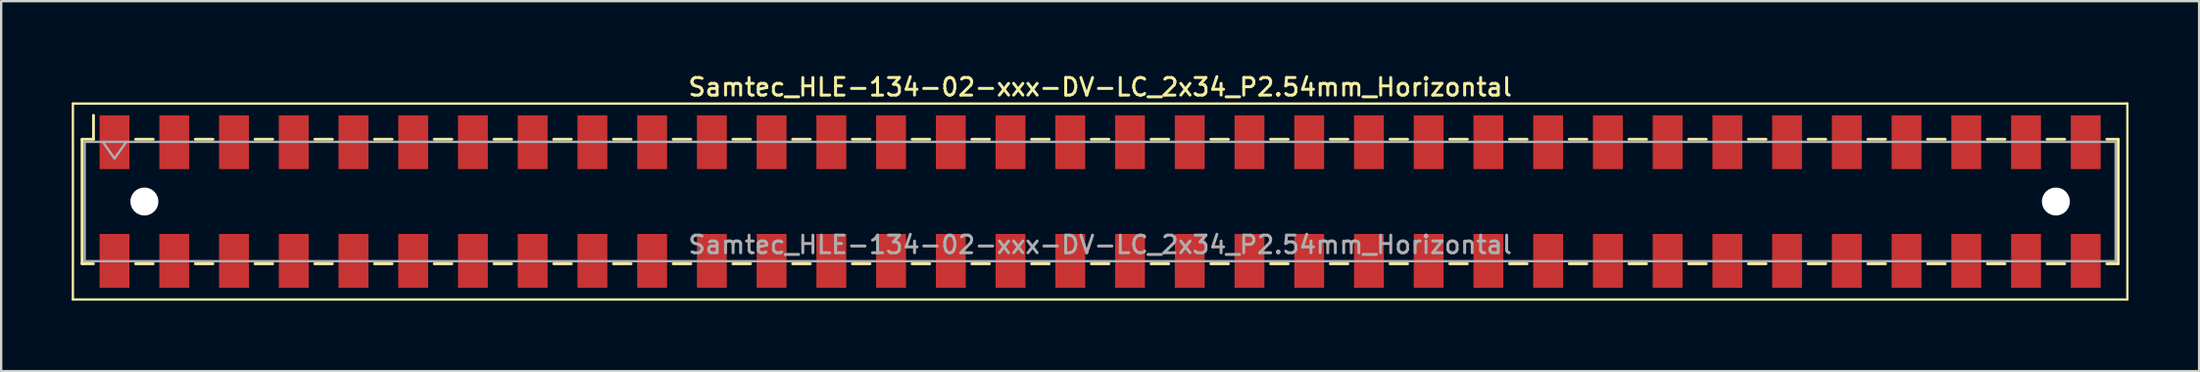
<source format=kicad_pcb>
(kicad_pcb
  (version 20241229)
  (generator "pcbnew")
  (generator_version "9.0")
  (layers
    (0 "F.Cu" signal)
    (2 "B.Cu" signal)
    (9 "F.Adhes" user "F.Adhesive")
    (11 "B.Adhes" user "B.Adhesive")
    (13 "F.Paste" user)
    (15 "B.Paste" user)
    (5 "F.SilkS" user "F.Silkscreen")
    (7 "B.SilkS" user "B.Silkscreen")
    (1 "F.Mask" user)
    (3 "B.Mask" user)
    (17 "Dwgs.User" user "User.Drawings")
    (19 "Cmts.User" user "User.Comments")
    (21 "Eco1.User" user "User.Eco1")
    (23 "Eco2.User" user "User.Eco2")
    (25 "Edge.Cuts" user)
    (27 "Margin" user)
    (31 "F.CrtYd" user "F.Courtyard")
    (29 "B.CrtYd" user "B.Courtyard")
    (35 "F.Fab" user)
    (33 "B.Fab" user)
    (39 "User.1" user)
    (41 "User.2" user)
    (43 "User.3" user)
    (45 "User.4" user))
  (footprint "Samtec_HLE-134-02-xxx-DV-LC_2x34_P2.54mm_Horizontal"
    (layer "F.Cu")
    (at 43.73 5.528)
    (property "Reference" "Samtec_HLE-134-02-xxx-DV-LC_2x34_P2.54mm_Horizontal" (at 0 -4.87 0) (layer "F.SilkS") (effects (font (size 0.75 0.75) (thickness 0.125))))
    (attr smd)
    (fp_line (start -43.68 -4.17) (end 43.68 -4.17) (stroke (width 0.1) (type solid)) (layer "F.SilkS"))
    (fp_line (start -43.68 4.17) (end -43.68 -4.17) (stroke (width 0.1) (type solid)) (layer "F.SilkS"))
    (fp_line (start -43.29 -2.65) (end -43.29 2.65) (stroke (width 0.12) (type solid)) (layer "F.SilkS"))
    (fp_line (start -43.29 2.65) (end -42.805 2.65) (stroke (width 0.12) (type solid)) (layer "F.SilkS"))
    (fp_line (start -42.805 -3.67) (end -42.805 -2.65) (stroke (width 0.12) (type solid)) (layer "F.SilkS"))
    (fp_line (start -42.805 -2.65) (end -43.29 -2.65) (stroke (width 0.12) (type solid)) (layer "F.SilkS"))
    (fp_line (start -41.015 -2.65) (end -40.265 -2.65) (stroke (width 0.12) (type solid)) (layer "F.SilkS"))
    (fp_line (start -41.015 2.65) (end -40.265 2.65) (stroke (width 0.12) (type solid)) (layer "F.SilkS"))
    (fp_line (start -38.475 -2.65) (end -37.725 -2.65) (stroke (width 0.12) (type solid)) (layer "F.SilkS"))
    (fp_line (start -38.475 2.65) (end -37.725 2.65) (stroke (width 0.12) (type solid)) (layer "F.SilkS"))
    (fp_line (start -35.935 -2.65) (end -35.185 -2.65) (stroke (width 0.12) (type solid)) (layer "F.SilkS"))
    (fp_line (start -35.935 2.65) (end -35.185 2.65) (stroke (width 0.12) (type solid)) (layer "F.SilkS"))
    (fp_line (start -33.395 -2.65) (end -32.645 -2.65) (stroke (width 0.12) (type solid)) (layer "F.SilkS"))
    (fp_line (start -33.395 2.65) (end -32.645 2.65) (stroke (width 0.12) (type solid)) (layer "F.SilkS"))
    (fp_line (start -30.855 -2.65) (end -30.105 -2.65) (stroke (width 0.12) (type solid)) (layer "F.SilkS"))
    (fp_line (start -30.855 2.65) (end -30.105 2.65) (stroke (width 0.12) (type solid)) (layer "F.SilkS"))
    (fp_line (start -28.315 -2.65) (end -27.565 -2.65) (stroke (width 0.12) (type solid)) (layer "F.SilkS"))
    (fp_line (start -28.315 2.65) (end -27.565 2.65) (stroke (width 0.12) (type solid)) (layer "F.SilkS"))
    (fp_line (start -25.775 -2.65) (end -25.025 -2.65) (stroke (width 0.12) (type solid)) (layer "F.SilkS"))
    (fp_line (start -25.775 2.65) (end -25.025 2.65) (stroke (width 0.12) (type solid)) (layer "F.SilkS"))
    (fp_line (start -23.235 -2.65) (end -22.485 -2.65) (stroke (width 0.12) (type solid)) (layer "F.SilkS"))
    (fp_line (start -23.235 2.65) (end -22.485 2.65) (stroke (width 0.12) (type solid)) (layer "F.SilkS"))
    (fp_line (start -20.695 -2.65) (end -19.945 -2.65) (stroke (width 0.12) (type solid)) (layer "F.SilkS"))
    (fp_line (start -20.695 2.65) (end -19.945 2.65) (stroke (width 0.12) (type solid)) (layer "F.SilkS"))
    (fp_line (start -18.155 -2.65) (end -17.405 -2.65) (stroke (width 0.12) (type solid)) (layer "F.SilkS"))
    (fp_line (start -18.155 2.65) (end -17.405 2.65) (stroke (width 0.12) (type solid)) (layer "F.SilkS"))
    (fp_line (start -15.615 -2.65) (end -14.865 -2.65) (stroke (width 0.12) (type solid)) (layer "F.SilkS"))
    (fp_line (start -15.615 2.65) (end -14.865 2.65) (stroke (width 0.12) (type solid)) (layer "F.SilkS"))
    (fp_line (start -13.075 -2.65) (end -12.325 -2.65) (stroke (width 0.12) (type solid)) (layer "F.SilkS"))
    (fp_line (start -13.075 2.65) (end -12.325 2.65) (stroke (width 0.12) (type solid)) (layer "F.SilkS"))
    (fp_line (start -10.535 -2.65) (end -9.785 -2.65) (stroke (width 0.12) (type solid)) (layer "F.SilkS"))
    (fp_line (start -10.535 2.65) (end -9.785 2.65) (stroke (width 0.12) (type solid)) (layer "F.SilkS"))
    (fp_line (start -7.995 -2.65) (end -7.245 -2.65) (stroke (width 0.12) (type solid)) (layer "F.SilkS"))
    (fp_line (start -7.995 2.65) (end -7.245 2.65) (stroke (width 0.12) (type solid)) (layer "F.SilkS"))
    (fp_line (start -5.455 -2.65) (end -4.705 -2.65) (stroke (width 0.12) (type solid)) (layer "F.SilkS"))
    (fp_line (start -5.455 2.65) (end -4.705 2.65) (stroke (width 0.12) (type solid)) (layer "F.SilkS"))
    (fp_line (start -2.915 -2.65) (end -2.165 -2.65) (stroke (width 0.12) (type solid)) (layer "F.SilkS"))
    (fp_line (start -2.915 2.65) (end -2.165 2.65) (stroke (width 0.12) (type solid)) (layer "F.SilkS"))
    (fp_line (start -0.375 -2.65) (end 0.375 -2.65) (stroke (width 0.12) (type solid)) (layer "F.SilkS"))
    (fp_line (start -0.375 2.65) (end 0.375 2.65) (stroke (width 0.12) (type solid)) (layer "F.SilkS"))
    (fp_line (start 2.165 -2.65) (end 2.915 -2.65) (stroke (width 0.12) (type solid)) (layer "F.SilkS"))
    (fp_line (start 2.165 2.65) (end 2.915 2.65) (stroke (width 0.12) (type solid)) (layer "F.SilkS"))
    (fp_line (start 4.705 -2.65) (end 5.455 -2.65) (stroke (width 0.12) (type solid)) (layer "F.SilkS"))
    (fp_line (start 4.705 2.65) (end 5.455 2.65) (stroke (width 0.12) (type solid)) (layer "F.SilkS"))
    (fp_line (start 7.245 -2.65) (end 7.995 -2.65) (stroke (width 0.12) (type solid)) (layer "F.SilkS"))
    (fp_line (start 7.245 2.65) (end 7.995 2.65) (stroke (width 0.12) (type solid)) (layer "F.SilkS"))
    (fp_line (start 9.785 -2.65) (end 10.535 -2.65) (stroke (width 0.12) (type solid)) (layer "F.SilkS"))
    (fp_line (start 9.785 2.65) (end 10.535 2.65) (stroke (width 0.12) (type solid)) (layer "F.SilkS"))
    (fp_line (start 12.325 -2.65) (end 13.075 -2.65) (stroke (width 0.12) (type solid)) (layer "F.SilkS"))
    (fp_line (start 12.325 2.65) (end 13.075 2.65) (stroke (width 0.12) (type solid)) (layer "F.SilkS"))
    (fp_line (start 14.865 -2.65) (end 15.615 -2.65) (stroke (width 0.12) (type solid)) (layer "F.SilkS"))
    (fp_line (start 14.865 2.65) (end 15.615 2.65) (stroke (width 0.12) (type solid)) (layer "F.SilkS"))
    (fp_line (start 17.405 -2.65) (end 18.155 -2.65) (stroke (width 0.12) (type solid)) (layer "F.SilkS"))
    (fp_line (start 17.405 2.65) (end 18.155 2.65) (stroke (width 0.12) (type solid)) (layer "F.SilkS"))
    (fp_line (start 19.945 -2.65) (end 20.695 -2.65) (stroke (width 0.12) (type solid)) (layer "F.SilkS"))
    (fp_line (start 19.945 2.65) (end 20.695 2.65) (stroke (width 0.12) (type solid)) (layer "F.SilkS"))
    (fp_line (start 22.485 -2.65) (end 23.235 -2.65) (stroke (width 0.12) (type solid)) (layer "F.SilkS"))
    (fp_line (start 22.485 2.65) (end 23.235 2.65) (stroke (width 0.12) (type solid)) (layer "F.SilkS"))
    (fp_line (start 25.025 -2.65) (end 25.775 -2.65) (stroke (width 0.12) (type solid)) (layer "F.SilkS"))
    (fp_line (start 25.025 2.65) (end 25.775 2.65) (stroke (width 0.12) (type solid)) (layer "F.SilkS"))
    (fp_line (start 27.565 -2.65) (end 28.315 -2.65) (stroke (width 0.12) (type solid)) (layer "F.SilkS"))
    (fp_line (start 27.565 2.65) (end 28.315 2.65) (stroke (width 0.12) (type solid)) (layer "F.SilkS"))
    (fp_line (start 30.105 -2.65) (end 30.855 -2.65) (stroke (width 0.12) (type solid)) (layer "F.SilkS"))
    (fp_line (start 30.105 2.65) (end 30.855 2.65) (stroke (width 0.12) (type solid)) (layer "F.SilkS"))
    (fp_line (start 32.645 -2.65) (end 33.395 -2.65) (stroke (width 0.12) (type solid)) (layer "F.SilkS"))
    (fp_line (start 32.645 2.65) (end 33.395 2.65) (stroke (width 0.12) (type solid)) (layer "F.SilkS"))
    (fp_line (start 35.185 -2.65) (end 35.935 -2.65) (stroke (width 0.12) (type solid)) (layer "F.SilkS"))
    (fp_line (start 35.185 2.65) (end 35.935 2.65) (stroke (width 0.12) (type solid)) (layer "F.SilkS"))
    (fp_line (start 37.725 -2.65) (end 38.475 -2.65) (stroke (width 0.12) (type solid)) (layer "F.SilkS"))
    (fp_line (start 37.725 2.65) (end 38.475 2.65) (stroke (width 0.12) (type solid)) (layer "F.SilkS"))
    (fp_line (start 40.265 -2.65) (end 41.015 -2.65) (stroke (width 0.12) (type solid)) (layer "F.SilkS"))
    (fp_line (start 40.265 2.65) (end 41.015 2.65) (stroke (width 0.12) (type solid)) (layer "F.SilkS"))
    (fp_line (start 42.805 -2.65) (end 43.29 -2.65) (stroke (width 0.12) (type solid)) (layer "F.SilkS"))
    (fp_line (start 43.29 -2.65) (end 43.29 2.65) (stroke (width 0.12) (type solid)) (layer "F.SilkS"))
    (fp_line (start 43.29 2.65) (end 42.805 2.65) (stroke (width 0.12) (type solid)) (layer "F.SilkS"))
    (fp_line (start 43.68 -4.17) (end 43.68 4.17) (stroke (width 0.1) (type solid)) (layer "F.SilkS"))
    (fp_line (start 43.68 4.17) (end -43.68 4.17) (stroke (width 0.1) (type solid)) (layer "F.SilkS"))
    (fp_line (start -43.18 -2.54) (end 43.18 -2.54) (stroke (width 0.1) (type solid)) (layer "F.Fab"))
    (fp_line (start -43.18 2.54) (end -43.18 -2.54) (stroke (width 0.1) (type solid)) (layer "F.Fab"))
    (fp_line (start -42.41 -2.54) (end -41.91 -1.833) (stroke (width 0.1) (type solid)) (layer "F.Fab"))
    (fp_line (start -41.91 -1.833) (end -41.41 -2.54) (stroke (width 0.1) (type solid)) (layer "F.Fab"))
    (fp_line (start 43.18 -2.54) (end 43.18 2.54) (stroke (width 0.1) (type solid)) (layer "F.Fab"))
    (fp_line (start 43.18 2.54) (end -43.18 2.54) (stroke (width 0.1) (type solid)) (layer "F.Fab"))
    (fp_text user "${REFERENCE}" (at 0 1.84 0) (layer "F.Fab") (effects (font (size 0.75 0.75) (thickness 0.125))))
    (pad "" np_thru_hole circle (at -40.64 0) (size 1.19 1.19) (drill 1.19) (layers "*.Cu" "*.Mask"))
    (pad "" np_thru_hole circle (at 40.64 0) (size 1.19 1.19) (drill 1.19) (layers "*.Cu" "*.Mask"))
    (pad "1" smd rect (at -41.91 -2.525) (size 1.27 2.29) (layers "F.Cu" "F.Mask" "F.Paste"))
    (pad "2" smd rect (at -41.91 2.525) (size 1.27 2.29) (layers "F.Cu" "F.Mask" "F.Paste"))
    (pad "3" smd rect (at -39.37 -2.525) (size 1.27 2.29) (layers "F.Cu" "F.Mask" "F.Paste"))
    (pad "4" smd rect (at -39.37 2.525) (size 1.27 2.29) (layers "F.Cu" "F.Mask" "F.Paste"))
    (pad "5" smd rect (at -36.83 -2.525) (size 1.27 2.29) (layers "F.Cu" "F.Mask" "F.Paste"))
    (pad "6" smd rect (at -36.83 2.525) (size 1.27 2.29) (layers "F.Cu" "F.Mask" "F.Paste"))
    (pad "7" smd rect (at -34.29 -2.525) (size 1.27 2.29) (layers "F.Cu" "F.Mask" "F.Paste"))
    (pad "8" smd rect (at -34.29 2.525) (size 1.27 2.29) (layers "F.Cu" "F.Mask" "F.Paste"))
    (pad "9" smd rect (at -31.75 -2.525) (size 1.27 2.29) (layers "F.Cu" "F.Mask" "F.Paste"))
    (pad "10" smd rect (at -31.75 2.525) (size 1.27 2.29) (layers "F.Cu" "F.Mask" "F.Paste"))
    (pad "11" smd rect (at -29.21 -2.525) (size 1.27 2.29) (layers "F.Cu" "F.Mask" "F.Paste"))
    (pad "12" smd rect (at -29.21 2.525) (size 1.27 2.29) (layers "F.Cu" "F.Mask" "F.Paste"))
    (pad "13" smd rect (at -26.67 -2.525) (size 1.27 2.29) (layers "F.Cu" "F.Mask" "F.Paste"))
    (pad "14" smd rect (at -26.67 2.525) (size 1.27 2.29) (layers "F.Cu" "F.Mask" "F.Paste"))
    (pad "15" smd rect (at -24.13 -2.525) (size 1.27 2.29) (layers "F.Cu" "F.Mask" "F.Paste"))
    (pad "16" smd rect (at -24.13 2.525) (size 1.27 2.29) (layers "F.Cu" "F.Mask" "F.Paste"))
    (pad "17" smd rect (at -21.59 -2.525) (size 1.27 2.29) (layers "F.Cu" "F.Mask" "F.Paste"))
    (pad "18" smd rect (at -21.59 2.525) (size 1.27 2.29) (layers "F.Cu" "F.Mask" "F.Paste"))
    (pad "19" smd rect (at -19.05 -2.525) (size 1.27 2.29) (layers "F.Cu" "F.Mask" "F.Paste"))
    (pad "20" smd rect (at -19.05 2.525) (size 1.27 2.29) (layers "F.Cu" "F.Mask" "F.Paste"))
    (pad "21" smd rect (at -16.51 -2.525) (size 1.27 2.29) (layers "F.Cu" "F.Mask" "F.Paste"))
    (pad "22" smd rect (at -16.51 2.525) (size 1.27 2.29) (layers "F.Cu" "F.Mask" "F.Paste"))
    (pad "23" smd rect (at -13.97 -2.525) (size 1.27 2.29) (layers "F.Cu" "F.Mask" "F.Paste"))
    (pad "24" smd rect (at -13.97 2.525) (size 1.27 2.29) (layers "F.Cu" "F.Mask" "F.Paste"))
    (pad "25" smd rect (at -11.43 -2.525) (size 1.27 2.29) (layers "F.Cu" "F.Mask" "F.Paste"))
    (pad "26" smd rect (at -11.43 2.525) (size 1.27 2.29) (layers "F.Cu" "F.Mask" "F.Paste"))
    (pad "27" smd rect (at -8.89 -2.525) (size 1.27 2.29) (layers "F.Cu" "F.Mask" "F.Paste"))
    (pad "28" smd rect (at -8.89 2.525) (size 1.27 2.29) (layers "F.Cu" "F.Mask" "F.Paste"))
    (pad "29" smd rect (at -6.35 -2.525) (size 1.27 2.29) (layers "F.Cu" "F.Mask" "F.Paste"))
    (pad "30" smd rect (at -6.35 2.525) (size 1.27 2.29) (layers "F.Cu" "F.Mask" "F.Paste"))
    (pad "31" smd rect (at -3.81 -2.525) (size 1.27 2.29) (layers "F.Cu" "F.Mask" "F.Paste"))
    (pad "32" smd rect (at -3.81 2.525) (size 1.27 2.29) (layers "F.Cu" "F.Mask" "F.Paste"))
    (pad "33" smd rect (at -1.27 -2.525) (size 1.27 2.29) (layers "F.Cu" "F.Mask" "F.Paste"))
    (pad "34" smd rect (at -1.27 2.525) (size 1.27 2.29) (layers "F.Cu" "F.Mask" "F.Paste"))
    (pad "35" smd rect (at 1.27 -2.525) (size 1.27 2.29) (layers "F.Cu" "F.Mask" "F.Paste"))
    (pad "36" smd rect (at 1.27 2.525) (size 1.27 2.29) (layers "F.Cu" "F.Mask" "F.Paste"))
    (pad "37" smd rect (at 3.81 -2.525) (size 1.27 2.29) (layers "F.Cu" "F.Mask" "F.Paste"))
    (pad "38" smd rect (at 3.81 2.525) (size 1.27 2.29) (layers "F.Cu" "F.Mask" "F.Paste"))
    (pad "39" smd rect (at 6.35 -2.525) (size 1.27 2.29) (layers "F.Cu" "F.Mask" "F.Paste"))
    (pad "40" smd rect (at 6.35 2.525) (size 1.27 2.29) (layers "F.Cu" "F.Mask" "F.Paste"))
    (pad "41" smd rect (at 8.89 -2.525) (size 1.27 2.29) (layers "F.Cu" "F.Mask" "F.Paste"))
    (pad "42" smd rect (at 8.89 2.525) (size 1.27 2.29) (layers "F.Cu" "F.Mask" "F.Paste"))
    (pad "43" smd rect (at 11.43 -2.525) (size 1.27 2.29) (layers "F.Cu" "F.Mask" "F.Paste"))
    (pad "44" smd rect (at 11.43 2.525) (size 1.27 2.29) (layers "F.Cu" "F.Mask" "F.Paste"))
    (pad "45" smd rect (at 13.97 -2.525) (size 1.27 2.29) (layers "F.Cu" "F.Mask" "F.Paste"))
    (pad "46" smd rect (at 13.97 2.525) (size 1.27 2.29) (layers "F.Cu" "F.Mask" "F.Paste"))
    (pad "47" smd rect (at 16.51 -2.525) (size 1.27 2.29) (layers "F.Cu" "F.Mask" "F.Paste"))
    (pad "48" smd rect (at 16.51 2.525) (size 1.27 2.29) (layers "F.Cu" "F.Mask" "F.Paste"))
    (pad "49" smd rect (at 19.05 -2.525) (size 1.27 2.29) (layers "F.Cu" "F.Mask" "F.Paste"))
    (pad "50" smd rect (at 19.05 2.525) (size 1.27 2.29) (layers "F.Cu" "F.Mask" "F.Paste"))
    (pad "51" smd rect (at 21.59 -2.525) (size 1.27 2.29) (layers "F.Cu" "F.Mask" "F.Paste"))
    (pad "52" smd rect (at 21.59 2.525) (size 1.27 2.29) (layers "F.Cu" "F.Mask" "F.Paste"))
    (pad "53" smd rect (at 24.13 -2.525) (size 1.27 2.29) (layers "F.Cu" "F.Mask" "F.Paste"))
    (pad "54" smd rect (at 24.13 2.525) (size 1.27 2.29) (layers "F.Cu" "F.Mask" "F.Paste"))
    (pad "55" smd rect (at 26.67 -2.525) (size 1.27 2.29) (layers "F.Cu" "F.Mask" "F.Paste"))
    (pad "56" smd rect (at 26.67 2.525) (size 1.27 2.29) (layers "F.Cu" "F.Mask" "F.Paste"))
    (pad "57" smd rect (at 29.21 -2.525) (size 1.27 2.29) (layers "F.Cu" "F.Mask" "F.Paste"))
    (pad "58" smd rect (at 29.21 2.525) (size 1.27 2.29) (layers "F.Cu" "F.Mask" "F.Paste"))
    (pad "59" smd rect (at 31.75 -2.525) (size 1.27 2.29) (layers "F.Cu" "F.Mask" "F.Paste"))
    (pad "60" smd rect (at 31.75 2.525) (size 1.27 2.29) (layers "F.Cu" "F.Mask" "F.Paste"))
    (pad "61" smd rect (at 34.29 -2.525) (size 1.27 2.29) (layers "F.Cu" "F.Mask" "F.Paste"))
    (pad "62" smd rect (at 34.29 2.525) (size 1.27 2.29) (layers "F.Cu" "F.Mask" "F.Paste"))
    (pad "63" smd rect (at 36.83 -2.525) (size 1.27 2.29) (layers "F.Cu" "F.Mask" "F.Paste"))
    (pad "64" smd rect (at 36.83 2.525) (size 1.27 2.29) (layers "F.Cu" "F.Mask" "F.Paste"))
    (pad "65" smd rect (at 39.37 -2.525) (size 1.27 2.29) (layers "F.Cu" "F.Mask" "F.Paste"))
    (pad "66" smd rect (at 39.37 2.525) (size 1.27 2.29) (layers "F.Cu" "F.Mask" "F.Paste"))
    (pad "67" smd rect (at 41.91 -2.525) (size 1.27 2.29) (layers "F.Cu" "F.Mask" "F.Paste"))
    (pad "68" smd rect (at 41.91 2.525) (size 1.27 2.29) (layers "F.Cu" "F.Mask" "F.Paste")))
  (gr_rect
    (start -3 -3)
    (end 90.46 12.748)
    (stroke (width 0.1) (type default))
    (fill no)
    (layer "Edge.Cuts")))
</source>
